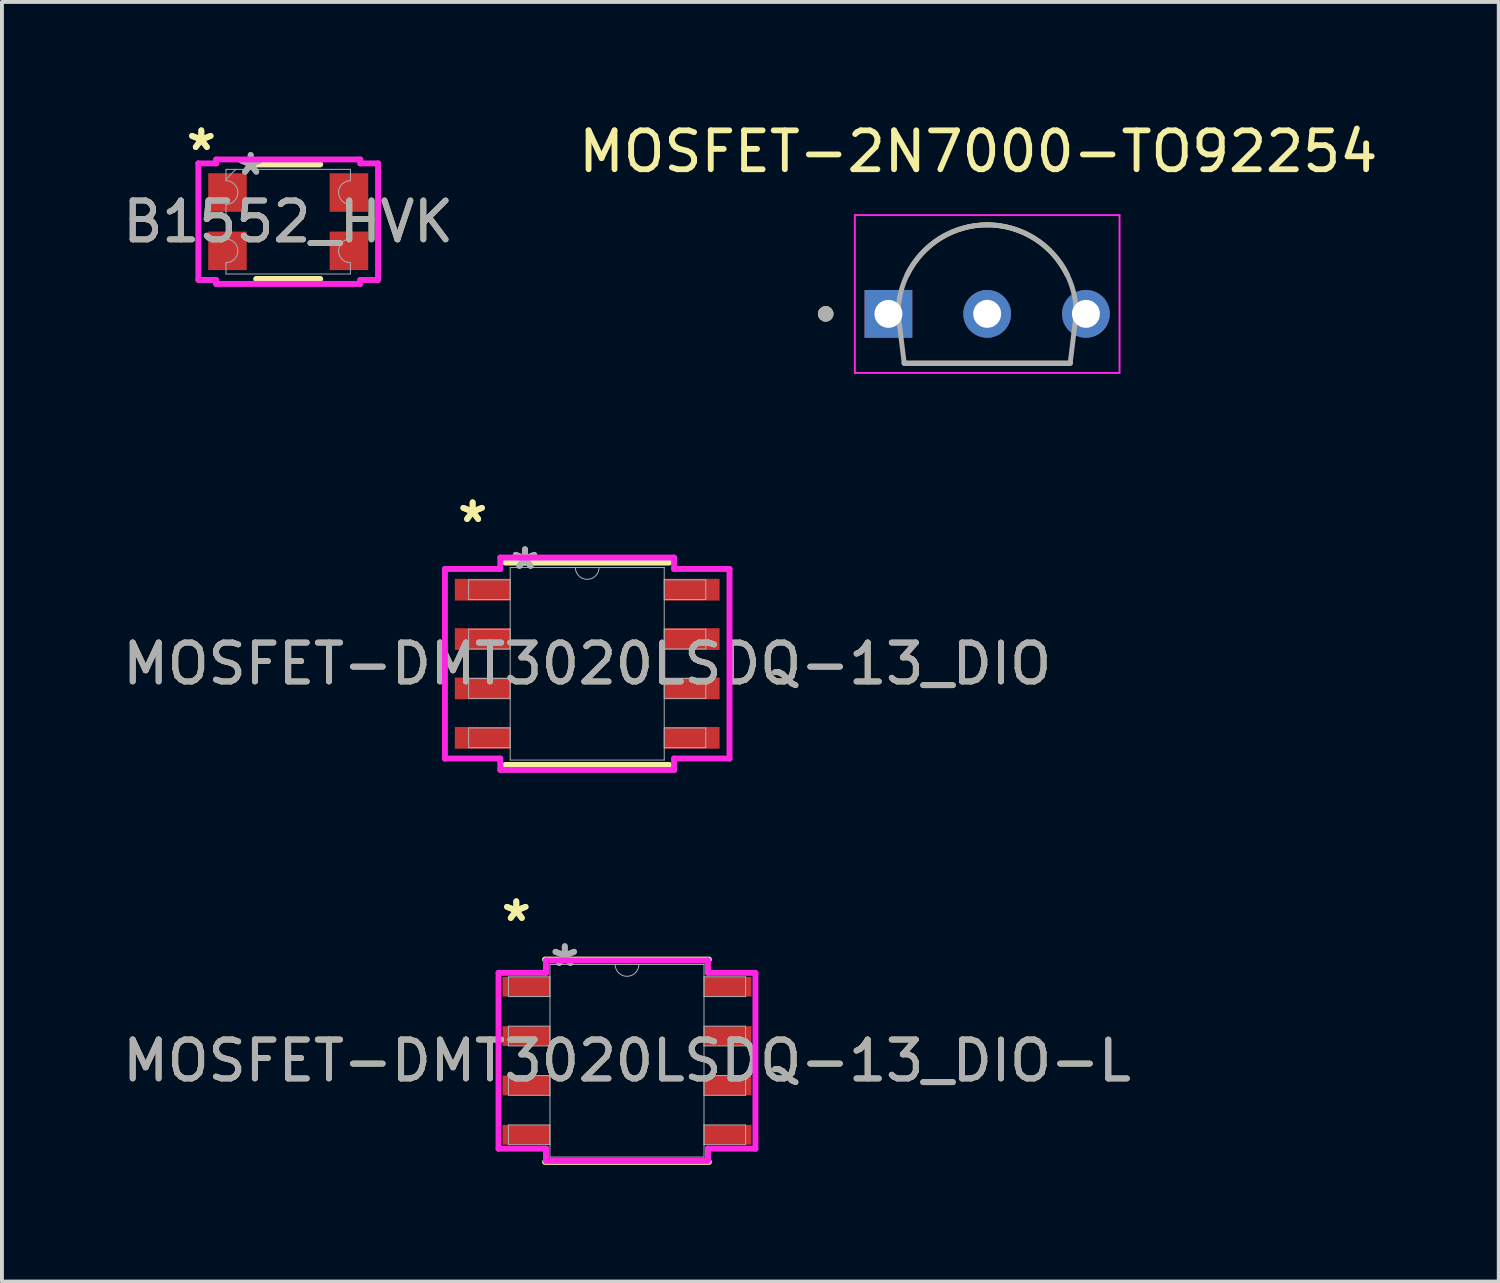
<source format=kicad_pcb>
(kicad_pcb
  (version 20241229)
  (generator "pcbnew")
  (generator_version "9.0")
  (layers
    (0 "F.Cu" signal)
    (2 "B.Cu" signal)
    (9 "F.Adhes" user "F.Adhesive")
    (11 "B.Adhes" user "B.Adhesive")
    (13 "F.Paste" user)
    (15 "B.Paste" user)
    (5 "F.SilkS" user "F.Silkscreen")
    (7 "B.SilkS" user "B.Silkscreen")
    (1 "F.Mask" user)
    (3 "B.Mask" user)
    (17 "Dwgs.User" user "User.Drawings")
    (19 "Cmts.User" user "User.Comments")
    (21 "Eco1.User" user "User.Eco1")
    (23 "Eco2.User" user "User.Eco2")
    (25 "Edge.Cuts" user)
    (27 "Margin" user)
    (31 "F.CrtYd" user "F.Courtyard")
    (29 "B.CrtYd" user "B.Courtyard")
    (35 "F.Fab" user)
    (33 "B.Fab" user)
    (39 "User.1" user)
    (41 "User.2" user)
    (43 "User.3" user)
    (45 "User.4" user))
  (footprint "MOSFET-DMT3020LSDQ-13_DIO-L"
    (layer "F.Cu")
    (at 13.077 24.234)
    (property "Reference" "MOSFET-DMT3020LSDQ-13_DIO-L" (at 0 0 0) (unlocked yes) (layer "F.SilkS") (effects (font (size 1 1) (thickness 0.15))))
    (attr smd)
    (fp_line (start -2.108 2.603) (end 2.108 2.603) (stroke (width 0.152) (type solid)) (layer "F.SilkS"))
    (fp_line (start 2.108 -2.603) (end -2.108 -2.603) (stroke (width 0.152) (type solid)) (layer "F.SilkS"))
    (fp_line (start -3.304 -2.261) (end -2.083 -2.261) (stroke (width 0.152) (type solid)) (layer "F.CrtYd"))
    (fp_line (start -3.304 2.261) (end -3.304 -2.261) (stroke (width 0.152) (type solid)) (layer "F.CrtYd"))
    (fp_line (start -3.304 2.261) (end -2.083 2.261) (stroke (width 0.152) (type solid)) (layer "F.CrtYd"))
    (fp_line (start -2.083 -2.578) (end 2.083 -2.578) (stroke (width 0.152) (type solid)) (layer "F.CrtYd"))
    (fp_line (start -2.083 -2.261) (end -2.083 -2.578) (stroke (width 0.152) (type solid)) (layer "F.CrtYd"))
    (fp_line (start -2.083 2.578) (end -2.083 2.261) (stroke (width 0.152) (type solid)) (layer "F.CrtYd"))
    (fp_line (start 2.083 -2.578) (end 2.083 -2.261) (stroke (width 0.152) (type solid)) (layer "F.CrtYd"))
    (fp_line (start 2.083 2.261) (end 2.083 2.578) (stroke (width 0.152) (type solid)) (layer "F.CrtYd"))
    (fp_line (start 2.083 2.578) (end -2.083 2.578) (stroke (width 0.152) (type solid)) (layer "F.CrtYd"))
    (fp_line (start 3.304 -2.261) (end 2.083 -2.261) (stroke (width 0.152) (type solid)) (layer "F.CrtYd"))
    (fp_line (start 3.304 -2.261) (end 3.304 2.261) (stroke (width 0.152) (type solid)) (layer "F.CrtYd"))
    (fp_line (start 3.304 2.261) (end 2.083 2.261) (stroke (width 0.152) (type solid)) (layer "F.CrtYd"))
    (fp_line (start -3.05 -2.159) (end -3.05 -1.651) (stroke (width 0.025) (type solid)) (layer "F.Fab"))
    (fp_line (start -3.05 -1.651) (end -1.981 -1.651) (stroke (width 0.025) (type solid)) (layer "F.Fab"))
    (fp_line (start -3.05 -0.889) (end -3.05 -0.381) (stroke (width 0.025) (type solid)) (layer "F.Fab"))
    (fp_line (start -3.05 -0.381) (end -1.981 -0.381) (stroke (width 0.025) (type solid)) (layer "F.Fab"))
    (fp_line (start -3.05 0.381) (end -3.05 0.889) (stroke (width 0.025) (type solid)) (layer "F.Fab"))
    (fp_line (start -3.05 0.889) (end -1.981 0.889) (stroke (width 0.025) (type solid)) (layer "F.Fab"))
    (fp_line (start -3.05 1.651) (end -3.05 2.159) (stroke (width 0.025) (type solid)) (layer "F.Fab"))
    (fp_line (start -3.05 2.159) (end -1.981 2.159) (stroke (width 0.025) (type solid)) (layer "F.Fab"))
    (fp_line (start -1.981 -2.477) (end -1.981 2.477) (stroke (width 0.025) (type solid)) (layer "F.Fab"))
    (fp_line (start -1.981 -2.159) (end -3.05 -2.159) (stroke (width 0.025) (type solid)) (layer "F.Fab"))
    (fp_line (start -1.981 -1.651) (end -1.981 -2.159) (stroke (width 0.025) (type solid)) (layer "F.Fab"))
    (fp_line (start -1.981 -0.889) (end -3.05 -0.889) (stroke (width 0.025) (type solid)) (layer "F.Fab"))
    (fp_line (start -1.981 -0.381) (end -1.981 -0.889) (stroke (width 0.025) (type solid)) (layer "F.Fab"))
    (fp_line (start -1.981 0.381) (end -3.05 0.381) (stroke (width 0.025) (type solid)) (layer "F.Fab"))
    (fp_line (start -1.981 0.889) (end -1.981 0.381) (stroke (width 0.025) (type solid)) (layer "F.Fab"))
    (fp_line (start -1.981 1.651) (end -3.05 1.651) (stroke (width 0.025) (type solid)) (layer "F.Fab"))
    (fp_line (start -1.981 2.159) (end -1.981 1.651) (stroke (width 0.025) (type solid)) (layer "F.Fab"))
    (fp_line (start -1.981 2.477) (end 1.981 2.477) (stroke (width 0.025) (type solid)) (layer "F.Fab"))
    (fp_line (start 1.981 -2.477) (end -1.981 -2.477) (stroke (width 0.025) (type solid)) (layer "F.Fab"))
    (fp_line (start 1.981 -2.159) (end 1.981 -1.651) (stroke (width 0.025) (type solid)) (layer "F.Fab"))
    (fp_line (start 1.981 -1.651) (end 3.05 -1.651) (stroke (width 0.025) (type solid)) (layer "F.Fab"))
    (fp_line (start 1.981 -0.889) (end 1.981 -0.381) (stroke (width 0.025) (type solid)) (layer "F.Fab"))
    (fp_line (start 1.981 -0.381) (end 3.05 -0.381) (stroke (width 0.025) (type solid)) (layer "F.Fab"))
    (fp_line (start 1.981 0.381) (end 1.981 0.889) (stroke (width 0.025) (type solid)) (layer "F.Fab"))
    (fp_line (start 1.981 0.889) (end 3.05 0.889) (stroke (width 0.025) (type solid)) (layer "F.Fab"))
    (fp_line (start 1.981 1.651) (end 1.981 2.159) (stroke (width 0.025) (type solid)) (layer "F.Fab"))
    (fp_line (start 1.981 2.159) (end 3.05 2.159) (stroke (width 0.025) (type solid)) (layer "F.Fab"))
    (fp_line (start 1.981 2.477) (end 1.981 -2.477) (stroke (width 0.025) (type solid)) (layer "F.Fab"))
    (fp_line (start 3.05 -2.159) (end 1.981 -2.159) (stroke (width 0.025) (type solid)) (layer "F.Fab"))
    (fp_line (start 3.05 -1.651) (end 3.05 -2.159) (stroke (width 0.025) (type solid)) (layer "F.Fab"))
    (fp_line (start 3.05 -0.889) (end 1.981 -0.889) (stroke (width 0.025) (type solid)) (layer "F.Fab"))
    (fp_line (start 3.05 -0.381) (end 3.05 -0.889) (stroke (width 0.025) (type solid)) (layer "F.Fab"))
    (fp_line (start 3.05 0.381) (end 1.981 0.381) (stroke (width 0.025) (type solid)) (layer "F.Fab"))
    (fp_line (start 3.05 0.889) (end 3.05 0.381) (stroke (width 0.025) (type solid)) (layer "F.Fab"))
    (fp_line (start 3.05 1.651) (end 1.981 1.651) (stroke (width 0.025) (type solid)) (layer "F.Fab"))
    (fp_line (start 3.05 2.159) (end 3.05 1.651) (stroke (width 0.025) (type solid)) (layer "F.Fab"))
    (fp_arc (start 0.3048 -2.4765) (mid 0 -2.1717) (end -0.3048 -2.4765) (stroke (width 0.0254) (type solid)) (layer "F.Fab"))
    (fp_text user "*" (at -2.847 -3.556 0) (unlocked yes) (layer "F.SilkS") (effects (font (size 1 1) (thickness 0.15))))
    (fp_text user "*" (at -2.847 -3.556 0) (layer "F.SilkS") (effects (font (size 1 1) (thickness 0.15))))
    (fp_text user "${REFERENCE}" (at 0 0 0) (unlocked yes) (layer "F.Fab") (effects (font (size 1 1) (thickness 0.15))))
    (fp_text user "*" (at -1.6 -2.4 0) (unlocked yes) (layer "F.Fab") (effects (font (size 1 1) (thickness 0.15))))
    (fp_text user "*" (at -1.6 -2.4 0) (layer "F.Fab") (effects (font (size 1 1) (thickness 0.15))))
    (pad "1" smd rect (at -2.593 -1.905) (size 1.219 0.508) (layers "F.Cu" "F.Mask" "F.Paste"))
    (pad "2" smd rect (at -2.593 -0.635) (size 1.219 0.508) (layers "F.Cu" "F.Mask" "F.Paste"))
    (pad "3" smd rect (at -2.593 0.635) (size 1.219 0.508) (layers "F.Cu" "F.Mask" "F.Paste"))
    (pad "4" smd rect (at -2.593 1.905) (size 1.219 0.508) (layers "F.Cu" "F.Mask" "F.Paste"))
    (pad "5" smd rect (at 2.593 1.905) (size 1.219 0.508) (layers "F.Cu" "F.Mask" "F.Paste"))
    (pad "6" smd rect (at 2.593 0.635) (size 1.219 0.508) (layers "F.Cu" "F.Mask" "F.Paste"))
    (pad "7" smd rect (at 2.593 -0.635) (size 1.219 0.508) (layers "F.Cu" "F.Mask" "F.Paste"))
    (pad "8" smd rect (at 2.593 -1.905) (size 1.219 0.508) (layers "F.Cu" "F.Mask" "F.Paste")))
  (footprint "MOSFET-DMT3020LSDQ-13_DIO"
    (layer "F.Cu")
    (at 12.054 14.023)
    (property "Reference" "MOSFET-DMT3020LSDQ-13_DIO" (at 0 0 0) (unlocked yes) (layer "F.SilkS") (effects (font (size 1 1) (thickness 0.15))))
    (attr smd)
    (fp_line (start -2.108 2.603) (end 2.108 2.603) (stroke (width 0.152) (type solid)) (layer "F.SilkS"))
    (fp_line (start 2.108 -2.603) (end -2.108 -2.603) (stroke (width 0.152) (type solid)) (layer "F.SilkS"))
    (fp_line (start -3.66 -2.438) (end -2.235 -2.438) (stroke (width 0.152) (type solid)) (layer "F.CrtYd"))
    (fp_line (start -3.66 2.438) (end -3.66 -2.438) (stroke (width 0.152) (type solid)) (layer "F.CrtYd"))
    (fp_line (start -3.66 2.438) (end -2.235 2.438) (stroke (width 0.152) (type solid)) (layer "F.CrtYd"))
    (fp_line (start -2.235 -2.731) (end 2.235 -2.731) (stroke (width 0.152) (type solid)) (layer "F.CrtYd"))
    (fp_line (start -2.235 -2.438) (end -2.235 -2.731) (stroke (width 0.152) (type solid)) (layer "F.CrtYd"))
    (fp_line (start -2.235 2.731) (end -2.235 2.438) (stroke (width 0.152) (type solid)) (layer "F.CrtYd"))
    (fp_line (start 2.235 -2.731) (end 2.235 -2.438) (stroke (width 0.152) (type solid)) (layer "F.CrtYd"))
    (fp_line (start 2.235 2.438) (end 2.235 2.731) (stroke (width 0.152) (type solid)) (layer "F.CrtYd"))
    (fp_line (start 2.235 2.731) (end -2.235 2.731) (stroke (width 0.152) (type solid)) (layer "F.CrtYd"))
    (fp_line (start 3.66 -2.438) (end 2.235 -2.438) (stroke (width 0.152) (type solid)) (layer "F.CrtYd"))
    (fp_line (start 3.66 -2.438) (end 3.66 2.438) (stroke (width 0.152) (type solid)) (layer "F.CrtYd"))
    (fp_line (start 3.66 2.438) (end 2.235 2.438) (stroke (width 0.152) (type solid)) (layer "F.CrtYd"))
    (fp_line (start -3.05 -2.159) (end -3.05 -1.651) (stroke (width 0.025) (type solid)) (layer "F.Fab"))
    (fp_line (start -3.05 -1.651) (end -1.981 -1.651) (stroke (width 0.025) (type solid)) (layer "F.Fab"))
    (fp_line (start -3.05 -0.889) (end -3.05 -0.381) (stroke (width 0.025) (type solid)) (layer "F.Fab"))
    (fp_line (start -3.05 -0.381) (end -1.981 -0.381) (stroke (width 0.025) (type solid)) (layer "F.Fab"))
    (fp_line (start -3.05 0.381) (end -3.05 0.889) (stroke (width 0.025) (type solid)) (layer "F.Fab"))
    (fp_line (start -3.05 0.889) (end -1.981 0.889) (stroke (width 0.025) (type solid)) (layer "F.Fab"))
    (fp_line (start -3.05 1.651) (end -3.05 2.159) (stroke (width 0.025) (type solid)) (layer "F.Fab"))
    (fp_line (start -3.05 2.159) (end -1.981 2.159) (stroke (width 0.025) (type solid)) (layer "F.Fab"))
    (fp_line (start -1.981 -2.477) (end -1.981 2.477) (stroke (width 0.025) (type solid)) (layer "F.Fab"))
    (fp_line (start -1.981 -2.159) (end -3.05 -2.159) (stroke (width 0.025) (type solid)) (layer "F.Fab"))
    (fp_line (start -1.981 -1.651) (end -1.981 -2.159) (stroke (width 0.025) (type solid)) (layer "F.Fab"))
    (fp_line (start -1.981 -0.889) (end -3.05 -0.889) (stroke (width 0.025) (type solid)) (layer "F.Fab"))
    (fp_line (start -1.981 -0.381) (end -1.981 -0.889) (stroke (width 0.025) (type solid)) (layer "F.Fab"))
    (fp_line (start -1.981 0.381) (end -3.05 0.381) (stroke (width 0.025) (type solid)) (layer "F.Fab"))
    (fp_line (start -1.981 0.889) (end -1.981 0.381) (stroke (width 0.025) (type solid)) (layer "F.Fab"))
    (fp_line (start -1.981 1.651) (end -3.05 1.651) (stroke (width 0.025) (type solid)) (layer "F.Fab"))
    (fp_line (start -1.981 2.159) (end -1.981 1.651) (stroke (width 0.025) (type solid)) (layer "F.Fab"))
    (fp_line (start -1.981 2.477) (end 1.981 2.477) (stroke (width 0.025) (type solid)) (layer "F.Fab"))
    (fp_line (start 1.981 -2.477) (end -1.981 -2.477) (stroke (width 0.025) (type solid)) (layer "F.Fab"))
    (fp_line (start 1.981 -2.159) (end 1.981 -1.651) (stroke (width 0.025) (type solid)) (layer "F.Fab"))
    (fp_line (start 1.981 -1.651) (end 3.05 -1.651) (stroke (width 0.025) (type solid)) (layer "F.Fab"))
    (fp_line (start 1.981 -0.889) (end 1.981 -0.381) (stroke (width 0.025) (type solid)) (layer "F.Fab"))
    (fp_line (start 1.981 -0.381) (end 3.05 -0.381) (stroke (width 0.025) (type solid)) (layer "F.Fab"))
    (fp_line (start 1.981 0.381) (end 1.981 0.889) (stroke (width 0.025) (type solid)) (layer "F.Fab"))
    (fp_line (start 1.981 0.889) (end 3.05 0.889) (stroke (width 0.025) (type solid)) (layer "F.Fab"))
    (fp_line (start 1.981 1.651) (end 1.981 2.159) (stroke (width 0.025) (type solid)) (layer "F.Fab"))
    (fp_line (start 1.981 2.159) (end 3.05 2.159) (stroke (width 0.025) (type solid)) (layer "F.Fab"))
    (fp_line (start 1.981 2.477) (end 1.981 -2.477) (stroke (width 0.025) (type solid)) (layer "F.Fab"))
    (fp_line (start 3.05 -2.159) (end 1.981 -2.159) (stroke (width 0.025) (type solid)) (layer "F.Fab"))
    (fp_line (start 3.05 -1.651) (end 3.05 -2.159) (stroke (width 0.025) (type solid)) (layer "F.Fab"))
    (fp_line (start 3.05 -0.889) (end 1.981 -0.889) (stroke (width 0.025) (type solid)) (layer "F.Fab"))
    (fp_line (start 3.05 -0.381) (end 3.05 -0.889) (stroke (width 0.025) (type solid)) (layer "F.Fab"))
    (fp_line (start 3.05 0.381) (end 1.981 0.381) (stroke (width 0.025) (type solid)) (layer "F.Fab"))
    (fp_line (start 3.05 0.889) (end 3.05 0.381) (stroke (width 0.025) (type solid)) (layer "F.Fab"))
    (fp_line (start 3.05 1.651) (end 1.981 1.651) (stroke (width 0.025) (type solid)) (layer "F.Fab"))
    (fp_line (start 3.05 2.159) (end 3.05 1.651) (stroke (width 0.025) (type solid)) (layer "F.Fab"))
    (fp_arc (start 0.3048 -2.4765) (mid 0 -2.1717) (end -0.3048 -2.4765) (stroke (width 0.0254) (type solid)) (layer "F.Fab"))
    (fp_text user "*" (at -2.947 -3.607 0) (layer "F.SilkS") (effects (font (size 1 1) (thickness 0.15))))
    (fp_text user "*" (at -2.947 -3.607 0) (unlocked yes) (layer "F.SilkS") (effects (font (size 1 1) (thickness 0.15))))
    (fp_text user "*" (at -1.6 -2.4 0) (layer "F.Fab") (effects (font (size 1 1) (thickness 0.15))))
    (fp_text user "*" (at -1.6 -2.4 0) (unlocked yes) (layer "F.Fab") (effects (font (size 1 1) (thickness 0.15))))
    (fp_text user "${REFERENCE}" (at 0 0 0) (unlocked yes) (layer "F.Fab") (effects (font (size 1 1) (thickness 0.15))))
    (pad "1" smd rect (at -2.693 -1.905) (size 1.424 0.559) (layers "F.Cu" "F.Mask" "F.Paste"))
    (pad "2" smd rect (at -2.693 -0.635) (size 1.424 0.559) (layers "F.Cu" "F.Mask" "F.Paste"))
    (pad "3" smd rect (at -2.693 0.635) (size 1.424 0.559) (layers "F.Cu" "F.Mask" "F.Paste"))
    (pad "4" smd rect (at -2.693 1.905) (size 1.424 0.559) (layers "F.Cu" "F.Mask" "F.Paste"))
    (pad "5" smd rect (at 2.693 1.905) (size 1.424 0.559) (layers "F.Cu" "F.Mask" "F.Paste"))
    (pad "6" smd rect (at 2.693 0.635) (size 1.424 0.559) (layers "F.Cu" "F.Mask" "F.Paste"))
    (pad "7" smd rect (at 2.693 -0.635) (size 1.424 0.559) (layers "F.Cu" "F.Mask" "F.Paste"))
    (pad "8" smd rect (at 2.693 -1.905) (size 1.424 0.559) (layers "F.Cu" "F.Mask" "F.Paste")))
  (footprint "B1552_HVK"
    (layer "F.Cu")
    (at 4.363 2.652)
    (property "Reference" "B1552_HVK" (at 0 0 0) (unlocked yes) (layer "F.SilkS") (effects (font (size 1 1) (thickness 0.15))))
    (attr smd)
    (fp_line (start -0.824 -1.473) (end 0.824 -1.473) (stroke (width 0.152) (type solid)) (layer "F.SilkS"))
    (fp_line (start -0.824 1.473) (end 0.824 1.473) (stroke (width 0.152) (type solid)) (layer "F.SilkS"))
    (fp_line (start -2.311 -1.499) (end -1.854 -1.499) (stroke (width 0.152) (type solid)) (layer "F.CrtYd"))
    (fp_line (start -2.311 1.499) (end -2.311 -1.499) (stroke (width 0.152) (type solid)) (layer "F.CrtYd"))
    (fp_line (start -2.311 1.499) (end -1.854 1.499) (stroke (width 0.152) (type solid)) (layer "F.CrtYd"))
    (fp_line (start -1.854 -1.6) (end 1.854 -1.6) (stroke (width 0.152) (type solid)) (layer "F.CrtYd"))
    (fp_line (start -1.854 -1.499) (end -1.854 -1.6) (stroke (width 0.152) (type solid)) (layer "F.CrtYd"))
    (fp_line (start -1.854 1.6) (end -1.854 1.499) (stroke (width 0.152) (type solid)) (layer "F.CrtYd"))
    (fp_line (start 1.854 -1.6) (end 1.854 -1.499) (stroke (width 0.152) (type solid)) (layer "F.CrtYd"))
    (fp_line (start 1.854 1.499) (end 1.854 1.6) (stroke (width 0.152) (type solid)) (layer "F.CrtYd"))
    (fp_line (start 1.854 1.6) (end -1.854 1.6) (stroke (width 0.152) (type solid)) (layer "F.CrtYd"))
    (fp_line (start 2.311 -1.499) (end 1.854 -1.499) (stroke (width 0.152) (type solid)) (layer "F.CrtYd"))
    (fp_line (start 2.311 -1.499) (end 2.311 1.499) (stroke (width 0.152) (type solid)) (layer "F.CrtYd"))
    (fp_line (start 2.311 1.499) (end 1.854 1.499) (stroke (width 0.152) (type solid)) (layer "F.CrtYd"))
    (fp_line (start -1.6 -1.346) (end 1.6 -1.346) (stroke (width 0.025) (type solid)) (layer "F.Fab"))
    (fp_line (start -1.6 -1.055) (end -1.6 -1.346) (stroke (width 0.025) (type solid)) (layer "F.Fab"))
    (fp_line (start -1.6 -0.445) (end -1.6 0.445) (stroke (width 0.025) (type solid)) (layer "F.Fab"))
    (fp_line (start -1.6 1.055) (end -1.6 1.346) (stroke (width 0.025) (type solid)) (layer "F.Fab"))
    (fp_line (start -1.6 1.346) (end 1.6 1.346) (stroke (width 0.025) (type solid)) (layer "F.Fab"))
    (fp_line (start -1.346 -1.346) (end -1.6 -1.092) (stroke (width 0.025) (type solid)) (layer "F.Fab"))
    (fp_line (start 1.6 -1.055) (end 1.6 -1.346) (stroke (width 0.025) (type solid)) (layer "F.Fab"))
    (fp_line (start 1.6 -0.445) (end 1.6 0.445) (stroke (width 0.025) (type solid)) (layer "F.Fab"))
    (fp_line (start 1.6 1.055) (end 1.6 1.346) (stroke (width 0.025) (type solid)) (layer "F.Fab"))
    (fp_arc (start -1.6002 -1.054801) (mid -1.2954 -0.750001) (end -1.6002 -0.445201) (stroke (width 0.0254) (type solid)) (layer "F.Fab"))
    (fp_arc (start -1.6002 0.445201) (mid -1.2954 0.750001) (end -1.6002 1.054801) (stroke (width 0.0254) (type solid)) (layer "F.Fab"))
    (fp_arc (start 1.6002 -0.445201) (mid 1.2954 -0.750001) (end 1.6002 -1.054801) (stroke (width 0.0254) (type solid)) (layer "F.Fab"))
    (fp_arc (start 1.6002 1.054801) (mid 1.2954 0.750001) (end 1.6002 0.445201) (stroke (width 0.0254) (type solid)) (layer "F.Fab"))
    (fp_text user "*" (at -2.235 -1.804 0) (layer "F.SilkS") (effects (font (size 1 1) (thickness 0.15))))
    (fp_text user "*" (at -2.235 -1.804 0) (unlocked yes) (layer "F.SilkS") (effects (font (size 1 1) (thickness 0.15))))
    (fp_text user "*" (at -0.965 -1.169 0) (unlocked yes) (layer "F.Fab") (effects (font (size 1 1) (thickness 0.15))))
    (fp_text user "*" (at -0.965 -1.169 0) (layer "F.Fab") (effects (font (size 1 1) (thickness 0.15))))
    (fp_text user "${REFERENCE}" (at 0 0 0) (unlocked yes) (layer "F.Fab") (effects (font (size 1 1) (thickness 0.15))))
    (pad "1" smd rect (at -1.562 -0.75) (size 0.991 0.991) (layers "F.Cu" "F.Mask" "F.Paste"))
    (pad "2" smd rect (at -1.562 0.75) (size 0.991 0.991) (layers "F.Cu" "F.Mask" "F.Paste"))
    (pad "3" smd rect (at 1.562 0.75) (size 0.991 0.991) (layers "F.Cu" "F.Mask" "F.Paste"))
    (pad "4" smd rect (at 1.562 -0.75) (size 0.991 0.991) (layers "F.Cu" "F.Mask" "F.Paste")))
  (footprint "MOSFET-2N7000-TO92254"
    (layer "F.Cu")
    (at 22.342 5.023)
    (property "Reference" "MOSFET-2N7000-TO92254" (at -0.229 -4.175 0) (layer "F.SilkS") (effects (font (size 1 1) (thickness 0.15))))
    (attr through_hole)
    (fp_line (start -2.135 1.27) (end 2.135 1.27) (stroke (width 0.127) (type solid)) (layer "F.SilkS"))
    (fp_arc (start -2.06 -1) (mid -1.21495 -1.940348) (end 0.000001 -2.29) (stroke (width 0.127) (type solid)) (layer "F.SilkS"))
    (fp_arc (start -0.000001 -2.29) (mid 1.21495 -1.940348) (end 2.06 -1) (stroke (width 0.127) (type solid)) (layer "F.SilkS"))
    (fp_circle (center -4.154 0) (end -4.054 0) (stroke (width 0.2) (type solid)) (fill no) (layer "F.SilkS"))
    (fp_line (start -3.404 -2.54) (end -3.404 1.52) (stroke (width 0.05) (type solid)) (layer "F.CrtYd"))
    (fp_line (start -3.404 1.52) (end 3.404 1.52) (stroke (width 0.05) (type solid)) (layer "F.CrtYd"))
    (fp_line (start 3.404 -2.54) (end -3.404 -2.54) (stroke (width 0.05) (type solid)) (layer "F.CrtYd"))
    (fp_line (start 3.404 1.52) (end 3.404 -2.54) (stroke (width 0.05) (type solid)) (layer "F.CrtYd"))
    (fp_line (start -2.29 0) (end -2.135 1.27) (stroke (width 0.127) (type solid)) (layer "F.Fab"))
    (fp_line (start -2.135 1.27) (end 2.135 1.27) (stroke (width 0.127) (type solid)) (layer "F.Fab"))
    (fp_line (start 2.29 0) (end 2.135 1.27) (stroke (width 0.127) (type solid)) (layer "F.Fab"))
    (fp_arc (start -2.29 0) (mid 0 -2.29) (end 2.29 0) (stroke (width 0.127) (type solid)) (layer "F.Fab"))
    (fp_circle (center -4.154 0) (end -4.054 0) (stroke (width 0.2) (type solid)) (fill no) (layer "F.Fab"))
    (pad "1" thru_hole rect (at -2.54 0) (size 1.228 1.228) (drill 0.72) (layers "*.Cu" "*.Mask"))
    (pad "2" thru_hole circle (at 0 0) (size 1.228 1.228) (drill 0.72) (layers "*.Cu" "*.Mask"))
    (pad "3" thru_hole circle (at 2.54 0) (size 1.228 1.228) (drill 0.72) (layers "*.Cu" "*.Mask")))
  (gr_rect
    (start -3 -3)
    (end 35.5 29.914)
    (stroke (width 0.1) (type default))
    (fill no)
    (layer "Edge.Cuts")))
</source>
